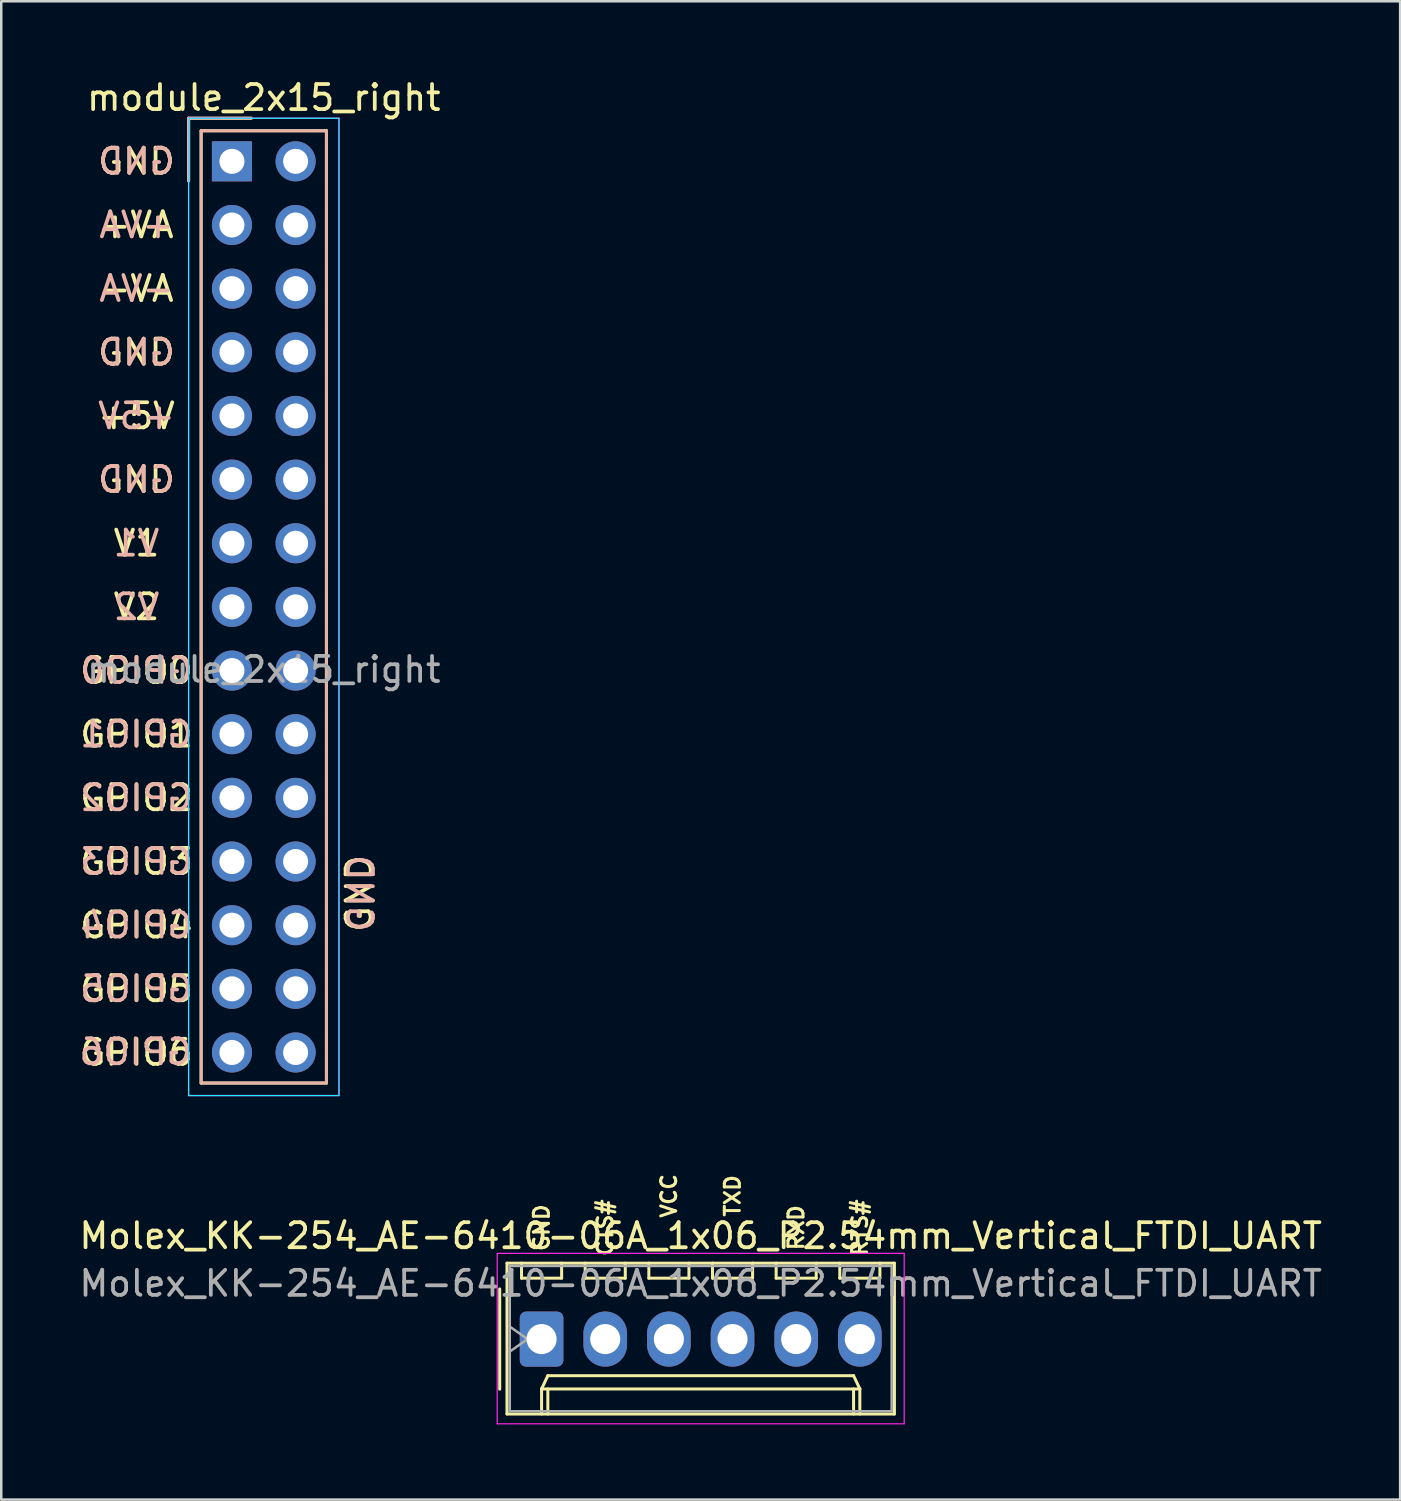
<source format=kicad_pcb>
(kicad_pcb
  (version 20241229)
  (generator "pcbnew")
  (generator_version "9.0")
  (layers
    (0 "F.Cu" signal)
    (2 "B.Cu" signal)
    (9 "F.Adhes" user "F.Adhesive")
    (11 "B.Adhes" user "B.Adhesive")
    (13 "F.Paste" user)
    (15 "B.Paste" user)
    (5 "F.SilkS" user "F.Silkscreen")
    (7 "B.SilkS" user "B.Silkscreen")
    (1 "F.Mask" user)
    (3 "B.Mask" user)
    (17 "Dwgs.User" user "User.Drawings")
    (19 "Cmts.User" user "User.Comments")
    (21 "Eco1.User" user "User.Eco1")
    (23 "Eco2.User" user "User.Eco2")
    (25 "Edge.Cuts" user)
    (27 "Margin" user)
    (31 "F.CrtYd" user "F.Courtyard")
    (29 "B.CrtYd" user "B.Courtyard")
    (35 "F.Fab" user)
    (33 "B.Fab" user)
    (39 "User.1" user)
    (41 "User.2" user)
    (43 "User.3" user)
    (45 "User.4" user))
  (footprint "Molex_KK-254_AE-6410-06A_1x06_P2.54mm_Vertical_FTDI_UART"
    (layer "F.Cu")
    (at 18.561 50.385)
    (property "Reference" "Molex_KK-254_AE-6410-06A_1x06_P2.54mm_Vertical_FTDI_UART" (at 6.35 -4.12 0) (layer "F.SilkS") (effects (font (size 1 1) (thickness 0.15))))
    (attr through_hole)
    (fp_line (start -1.67 -2) (end -1.67 2) (stroke (width 0.12) (type solid)) (layer "F.SilkS"))
    (fp_line (start -1.38 -3.03) (end -1.38 2.99) (stroke (width 0.12) (type solid)) (layer "F.SilkS"))
    (fp_line (start -1.38 2.99) (end 14.08 2.99) (stroke (width 0.12) (type solid)) (layer "F.SilkS"))
    (fp_line (start -0.8 -3.03) (end -0.8 -2.43) (stroke (width 0.12) (type solid)) (layer "F.SilkS"))
    (fp_line (start -0.8 -2.43) (end 0.8 -2.43) (stroke (width 0.12) (type solid)) (layer "F.SilkS"))
    (fp_line (start 0 1.99) (end 0.25 1.46) (stroke (width 0.12) (type solid)) (layer "F.SilkS"))
    (fp_line (start 0 1.99) (end 12.7 1.99) (stroke (width 0.12) (type solid)) (layer "F.SilkS"))
    (fp_line (start 0 2.99) (end 0 1.99) (stroke (width 0.12) (type solid)) (layer "F.SilkS"))
    (fp_line (start 0.25 1.46) (end 12.45 1.46) (stroke (width 0.12) (type solid)) (layer "F.SilkS"))
    (fp_line (start 0.25 2.99) (end 0.25 1.99) (stroke (width 0.12) (type solid)) (layer "F.SilkS"))
    (fp_line (start 0.8 -2.43) (end 0.8 -3.03) (stroke (width 0.12) (type solid)) (layer "F.SilkS"))
    (fp_line (start 1.74 -3.03) (end 1.74 -2.43) (stroke (width 0.12) (type solid)) (layer "F.SilkS"))
    (fp_line (start 1.74 -2.43) (end 3.34 -2.43) (stroke (width 0.12) (type solid)) (layer "F.SilkS"))
    (fp_line (start 3.34 -2.43) (end 3.34 -3.03) (stroke (width 0.12) (type solid)) (layer "F.SilkS"))
    (fp_line (start 4.28 -3.03) (end 4.28 -2.43) (stroke (width 0.12) (type solid)) (layer "F.SilkS"))
    (fp_line (start 4.28 -2.43) (end 5.88 -2.43) (stroke (width 0.12) (type solid)) (layer "F.SilkS"))
    (fp_line (start 5.88 -2.43) (end 5.88 -3.03) (stroke (width 0.12) (type solid)) (layer "F.SilkS"))
    (fp_line (start 6.82 -3.03) (end 6.82 -2.43) (stroke (width 0.12) (type solid)) (layer "F.SilkS"))
    (fp_line (start 6.82 -2.43) (end 8.42 -2.43) (stroke (width 0.12) (type solid)) (layer "F.SilkS"))
    (fp_line (start 8.42 -2.43) (end 8.42 -3.03) (stroke (width 0.12) (type solid)) (layer "F.SilkS"))
    (fp_line (start 9.36 -3.03) (end 9.36 -2.43) (stroke (width 0.12) (type solid)) (layer "F.SilkS"))
    (fp_line (start 9.36 -2.43) (end 10.96 -2.43) (stroke (width 0.12) (type solid)) (layer "F.SilkS"))
    (fp_line (start 10.96 -2.43) (end 10.96 -3.03) (stroke (width 0.12) (type solid)) (layer "F.SilkS"))
    (fp_line (start 11.9 -3.03) (end 11.9 -2.43) (stroke (width 0.12) (type solid)) (layer "F.SilkS"))
    (fp_line (start 11.9 -2.43) (end 13.5 -2.43) (stroke (width 0.12) (type solid)) (layer "F.SilkS"))
    (fp_line (start 12.45 1.46) (end 12.7 1.99) (stroke (width 0.12) (type solid)) (layer "F.SilkS"))
    (fp_line (start 12.45 2.99) (end 12.45 1.99) (stroke (width 0.12) (type solid)) (layer "F.SilkS"))
    (fp_line (start 12.7 1.99) (end 12.7 2.99) (stroke (width 0.12) (type solid)) (layer "F.SilkS"))
    (fp_line (start 13.5 -2.43) (end 13.5 -3.03) (stroke (width 0.12) (type solid)) (layer "F.SilkS"))
    (fp_line (start 14.08 -3.03) (end -1.38 -3.03) (stroke (width 0.12) (type solid)) (layer "F.SilkS"))
    (fp_line (start 14.08 2.99) (end 14.08 -3.03) (stroke (width 0.12) (type solid)) (layer "F.SilkS"))
    (fp_line (start -1.77 -3.42) (end -1.77 3.38) (stroke (width 0.05) (type solid)) (layer "F.CrtYd"))
    (fp_line (start -1.77 3.38) (end 14.47 3.38) (stroke (width 0.05) (type solid)) (layer "F.CrtYd"))
    (fp_line (start 14.47 -3.42) (end -1.77 -3.42) (stroke (width 0.05) (type solid)) (layer "F.CrtYd"))
    (fp_line (start 14.47 3.38) (end 14.47 -3.42) (stroke (width 0.05) (type solid)) (layer "F.CrtYd"))
    (fp_line (start -1.27 -2.92) (end -1.27 2.88) (stroke (width 0.1) (type solid)) (layer "F.Fab"))
    (fp_line (start -1.27 -0.5) (end -0.563 0) (stroke (width 0.1) (type solid)) (layer "F.Fab"))
    (fp_line (start -1.27 2.88) (end 13.97 2.88) (stroke (width 0.1) (type solid)) (layer "F.Fab"))
    (fp_line (start -0.563 0) (end -1.27 0.5) (stroke (width 0.1) (type solid)) (layer "F.Fab"))
    (fp_line (start 13.97 -2.92) (end -1.27 -2.92) (stroke (width 0.1) (type solid)) (layer "F.Fab"))
    (fp_line (start 13.97 2.88) (end 13.97 -2.92) (stroke (width 0.1) (type solid)) (layer "F.Fab"))
    (fp_text user "RXD" (at 10.16 -4.445 90) (layer "F.SilkS") (effects (font (size 0.6 0.6) (thickness 0.12))))
    (fp_text user "CTS#" (at 2.54 -4.445 90) (layer "F.SilkS") (effects (font (size 0.6 0.6) (thickness 0.12))))
    (fp_text user "RTS#" (at 12.7 -4.445 90) (layer "F.SilkS") (effects (font (size 0.6 0.6) (thickness 0.12))))
    (fp_text user "VCC" (at 5.08 -5.715 90) (layer "F.SilkS") (effects (font (size 0.6 0.6) (thickness 0.12))))
    (fp_text user "TXD" (at 7.62 -5.715 90) (layer "F.SilkS") (effects (font (size 0.6 0.6) (thickness 0.12))))
    (fp_text user "GND" (at 0 -4.445 90) (layer "F.SilkS") (effects (font (size 0.6 0.6) (thickness 0.12))))
    (fp_text user "${REFERENCE}" (at 6.35 -2.22 0) (layer "F.Fab") (effects (font (size 1 1) (thickness 0.15))))
    (pad "1" thru_hole roundrect (at 0 0) (size 1.74 2.2) (drill 1.2) (layers "*.Cu" "*.Mask") (roundrect_rratio 0.144))
    (pad "2" thru_hole oval (at 2.54 0) (size 1.74 2.2) (drill 1.2) (layers "*.Cu" "*.Mask"))
    (pad "3" thru_hole oval (at 5.08 0) (size 1.74 2.2) (drill 1.2) (layers "*.Cu" "*.Mask"))
    (pad "4" thru_hole oval (at 7.62 0) (size 1.74 2.2) (drill 1.2) (layers "*.Cu" "*.Mask"))
    (pad "5" thru_hole oval (at 10.16 0) (size 1.74 2.2) (drill 1.2) (layers "*.Cu" "*.Mask"))
    (pad "6" thru_hole oval (at 12.7 0) (size 1.74 2.2) (drill 1.2) (layers "*.Cu" "*.Mask")))
  (footprint "module_2x15_right"
    (layer "F.Cu")
    (at 7.476 21.168)
    (property "Reference" "module_2x15_right" (at 0 -20.32 0) (unlocked yes) (layer "F.SilkS") (effects (font (size 1 1) (thickness 0.15))))
    (attr through_hole)
    (fp_line (start -3 -19.5) (end -0.5 -19.5) (stroke (width 0.12) (type solid)) (layer "F.SilkS"))
    (fp_line (start -3 -17) (end -3 -19.5) (stroke (width 0.12) (type solid)) (layer "F.SilkS"))
    (fp_line (start -2.5 -19) (end 2.5 -19) (stroke (width 0.12) (type solid)) (layer "F.SilkS"))
    (fp_line (start -2.5 19) (end -2.5 -19) (stroke (width 0.12) (type solid)) (layer "F.SilkS"))
    (fp_line (start 2.5 -19) (end 2.5 19) (stroke (width 0.12) (type solid)) (layer "F.SilkS"))
    (fp_line (start 2.5 19) (end -2.5 19) (stroke (width 0.12) (type solid)) (layer "F.SilkS"))
    (fp_line (start -3 -19.5) (end -3 -17) (stroke (width 0.12) (type solid)) (layer "B.SilkS"))
    (fp_line (start -0.5 -19.5) (end -3 -19.5) (stroke (width 0.12) (type solid)) (layer "B.SilkS"))
    (fp_rect (start -2.5 -19) (end 2.5 19) (stroke (width 0.12) (type solid)) (fill no) (layer "B.SilkS"))
    (fp_rect (start -3 -19.5) (end 3 19.5) (stroke (width 0.05) (type solid)) (fill no) (layer "B.CrtYd"))
    (fp_line (start -3 -19.5) (end 3 -19.5) (stroke (width 0.05) (type solid)) (layer "F.CrtYd"))
    (fp_line (start -3 19.5) (end -3 -19.5) (stroke (width 0.05) (type solid)) (layer "F.CrtYd"))
    (fp_line (start 3 -19.5) (end 3 19.5) (stroke (width 0.05) (type solid)) (layer "F.CrtYd"))
    (fp_line (start 3 19.5) (end -3 19.5) (stroke (width 0.05) (type solid)) (layer "F.CrtYd"))
    (fp_text user "GND" (at -5.08 -17.78 0) (unlocked yes) (layer "F.SilkS") (effects (font (size 1 1) (thickness 0.15))))
    (fp_text user "GND" (at -5.08 -5.08 0) (unlocked yes) (layer "F.SilkS") (effects (font (size 1 1) (thickness 0.15))))
    (fp_text user "GPIO0" (at -5.08 2.54 0) (unlocked yes) (layer "F.SilkS") (effects (font (size 1 1) (thickness 0.15))))
    (fp_text user "V2" (at -5.08 0 0) (unlocked yes) (layer "F.SilkS") (effects (font (size 1 1) (thickness 0.15))))
    (fp_text user "GPIO4" (at -5.08 12.7 0) (unlocked yes) (layer "F.SilkS") (effects (font (size 1 1) (thickness 0.15))))
    (fp_text user "GPIO3" (at -5.08 10.16 0) (unlocked yes) (layer "F.SilkS") (effects (font (size 1 1) (thickness 0.15))))
    (fp_text user "GPIO6" (at -5.08 17.78 0) (unlocked yes) (layer "F.SilkS") (effects (font (size 1 1) (thickness 0.15))))
    (fp_text user "GND" (at -5.08 -10.16 0) (unlocked yes) (layer "F.SilkS") (effects (font (size 1 1) (thickness 0.15))))
    (fp_text user "GPIO2" (at -5.08 7.62 0) (unlocked yes) (layer "F.SilkS") (effects (font (size 1 1) (thickness 0.15))))
    (fp_text user "V1" (at -5.08 -2.54 0) (unlocked yes) (layer "F.SilkS") (effects (font (size 1 1) (thickness 0.15))))
    (fp_text user "+VA" (at -5.08 -15.24 0) (unlocked yes) (layer "F.SilkS") (effects (font (size 1 1) (thickness 0.15))))
    (fp_text user "+5V" (at -5.08 -7.62 0) (unlocked yes) (layer "F.SilkS") (effects (font (size 1 1) (thickness 0.15))))
    (fp_text user "-VA" (at -5.08 -12.7 0) (unlocked yes) (layer "F.SilkS") (effects (font (size 1 1) (thickness 0.15))))
    (fp_text user "GPIO5" (at -5.08 15.24 0) (unlocked yes) (layer "F.SilkS") (effects (font (size 1 1) (thickness 0.15))))
    (fp_text user "GND" (at 3.81 11.43 90) (unlocked yes) (layer "F.SilkS") (effects (font (size 1 1) (thickness 0.15))))
    (fp_text user "GPIO1" (at -5.08 5.08 0) (unlocked yes) (layer "F.SilkS") (effects (font (size 1 1) (thickness 0.15))))
    (fp_text user "GPIO3" (at -5.08 10.16 0) (unlocked yes) (layer "B.SilkS") (effects (font (size 1 1) (thickness 0.15)) (justify mirror)))
    (fp_text user "+5V" (at -5.08 -7.62 0) (unlocked yes) (layer "B.SilkS") (effects (font (size 1 1) (thickness 0.15)) (justify mirror)))
    (fp_text user "+VA" (at -5.08 -15.24 0) (unlocked yes) (layer "B.SilkS") (effects (font (size 1 1) (thickness 0.15)) (justify mirror)))
    (fp_text user "GPIO4" (at -5.08 12.7 0) (unlocked yes) (layer "B.SilkS") (effects (font (size 1 1) (thickness 0.15)) (justify mirror)))
    (fp_text user "GPIO2" (at -5.08 7.62 0) (unlocked yes) (layer "B.SilkS") (effects (font (size 1 1) (thickness 0.15)) (justify mirror)))
    (fp_text user "GPIO1" (at -5.08 5.08 0) (unlocked yes) (layer "B.SilkS") (effects (font (size 1 1) (thickness 0.15)) (justify mirror)))
    (fp_text user "GND" (at -5.08 -17.78 0) (unlocked yes) (layer "B.SilkS") (effects (font (size 1 1) (thickness 0.15)) (justify mirror)))
    (fp_text user "GPIO5" (at -5.08 15.24 0) (unlocked yes) (layer "B.SilkS") (effects (font (size 1 1) (thickness 0.15)) (justify mirror)))
    (fp_text user "GND" (at -5.08 -10.16 0) (unlocked yes) (layer "B.SilkS") (effects (font (size 1 1) (thickness 0.15)) (justify mirror)))
    (fp_text user "GND" (at 3.81 11.43 270) (unlocked yes) (layer "B.SilkS") (effects (font (size 1 1) (thickness 0.15)) (justify mirror)))
    (fp_text user "GPIO6" (at -5.113 17.756 0) (unlocked yes) (layer "B.SilkS") (effects (font (size 1 1) (thickness 0.15)) (justify mirror)))
    (fp_text user "V1" (at -5.08 -2.54 0) (unlocked yes) (layer "B.SilkS") (effects (font (size 1 1) (thickness 0.15)) (justify mirror)))
    (fp_text user "GPIO0" (at -5.08 2.54 0) (unlocked yes) (layer "B.SilkS") (effects (font (size 1 1) (thickness 0.15)) (justify mirror)))
    (fp_text user "V2" (at -5.08 0 0) (unlocked yes) (layer "B.SilkS") (effects (font (size 1 1) (thickness 0.15)) (justify mirror)))
    (fp_text user "GND" (at -5.08 -5.08 0) (unlocked yes) (layer "B.SilkS") (effects (font (size 1 1) (thickness 0.15)) (justify mirror)))
    (fp_text user "-VA" (at -5.08 -12.7 0) (unlocked yes) (layer "B.SilkS") (effects (font (size 1 1) (thickness 0.15)) (justify mirror)))
    (fp_text user "${REFERENCE}" (at 0 2.5 0) (unlocked yes) (layer "F.Fab") (effects (font (size 1 1) (thickness 0.15))))
    (pad "1" thru_hole rect (at -1.27 -17.78) (size 1.6 1.6) (drill 1) (layers "*.Cu" "*.Mask"))
    (pad "2" thru_hole circle (at 1.27 -17.78) (size 1.6 1.6) (drill 1) (layers "*.Cu" "*.Mask"))
    (pad "3" thru_hole circle (at -1.27 -15.24) (size 1.6 1.6) (drill 1) (layers "*.Cu" "*.Mask"))
    (pad "4" thru_hole circle (at 1.27 -15.24) (size 1.6 1.6) (drill 1) (layers "*.Cu" "*.Mask"))
    (pad "5" thru_hole circle (at -1.27 -12.7) (size 1.6 1.6) (drill 1) (layers "*.Cu" "*.Mask"))
    (pad "6" thru_hole circle (at 1.27 -12.7) (size 1.6 1.6) (drill 1) (layers "*.Cu" "*.Mask"))
    (pad "7" thru_hole circle (at -1.27 -10.16) (size 1.6 1.6) (drill 1) (layers "*.Cu" "*.Mask"))
    (pad "8" thru_hole circle (at 1.27 -10.16) (size 1.6 1.6) (drill 1) (layers "*.Cu" "*.Mask"))
    (pad "9" thru_hole circle (at -1.27 -7.62) (size 1.6 1.6) (drill 1) (layers "*.Cu" "*.Mask"))
    (pad "10" thru_hole circle (at 1.27 -7.62) (size 1.6 1.6) (drill 1) (layers "*.Cu" "*.Mask"))
    (pad "11" thru_hole circle (at -1.27 -5.08) (size 1.6 1.6) (drill 1) (layers "*.Cu" "*.Mask"))
    (pad "12" thru_hole circle (at 1.27 -5.08) (size 1.6 1.6) (drill 1) (layers "*.Cu" "*.Mask"))
    (pad "13" thru_hole circle (at -1.27 -2.54) (size 1.6 1.6) (drill 1) (layers "*.Cu" "*.Mask"))
    (pad "14" thru_hole circle (at 1.27 -2.54) (size 1.6 1.6) (drill 1) (layers "*.Cu" "*.Mask"))
    (pad "15" thru_hole circle (at -1.27 0) (size 1.6 1.6) (drill 1) (layers "*.Cu" "*.Mask"))
    (pad "16" thru_hole circle (at 1.27 0) (size 1.6 1.6) (drill 1) (layers "*.Cu" "*.Mask"))
    (pad "17" thru_hole circle (at -1.27 2.54) (size 1.6 1.6) (drill 1) (layers "*.Cu" "*.Mask"))
    (pad "18" thru_hole circle (at 1.27 2.54) (size 1.6 1.6) (drill 1) (layers "*.Cu" "*.Mask"))
    (pad "19" thru_hole circle (at -1.27 5.08) (size 1.6 1.6) (drill 1) (layers "*.Cu" "*.Mask"))
    (pad "20" thru_hole circle (at 1.27 5.08) (size 1.6 1.6) (drill 1) (layers "*.Cu" "*.Mask"))
    (pad "21" thru_hole circle (at -1.27 7.62) (size 1.6 1.6) (drill 1) (layers "*.Cu" "*.Mask"))
    (pad "22" thru_hole circle (at 1.27 7.62) (size 1.6 1.6) (drill 1) (layers "*.Cu" "*.Mask"))
    (pad "23" thru_hole circle (at -1.27 10.16) (size 1.6 1.6) (drill 1) (layers "*.Cu" "*.Mask"))
    (pad "24" thru_hole circle (at 1.27 10.16) (size 1.6 1.6) (drill 1) (layers "*.Cu" "*.Mask"))
    (pad "25" thru_hole circle (at -1.27 12.7) (size 1.6 1.6) (drill 1) (layers "*.Cu" "*.Mask"))
    (pad "26" thru_hole circle (at 1.27 12.7) (size 1.6 1.6) (drill 1) (layers "*.Cu" "*.Mask"))
    (pad "27" thru_hole circle (at -1.27 15.24) (size 1.6 1.6) (drill 1) (layers "*.Cu" "*.Mask"))
    (pad "28" thru_hole circle (at 1.27 15.24) (size 1.6 1.6) (drill 1) (layers "*.Cu" "*.Mask"))
    (pad "29" thru_hole circle (at -1.27 17.78) (size 1.6 1.6) (drill 1) (layers "*.Cu" "*.Mask"))
    (pad "30" thru_hole circle (at 1.27 17.78) (size 1.6 1.6) (drill 1) (layers "*.Cu" "*.Mask")))
  (gr_rect
    (start -3 -3)
    (end 52.821 56.79)
    (stroke (width 0.1) (type default))
    (fill no)
    (layer "Edge.Cuts")))
</source>
